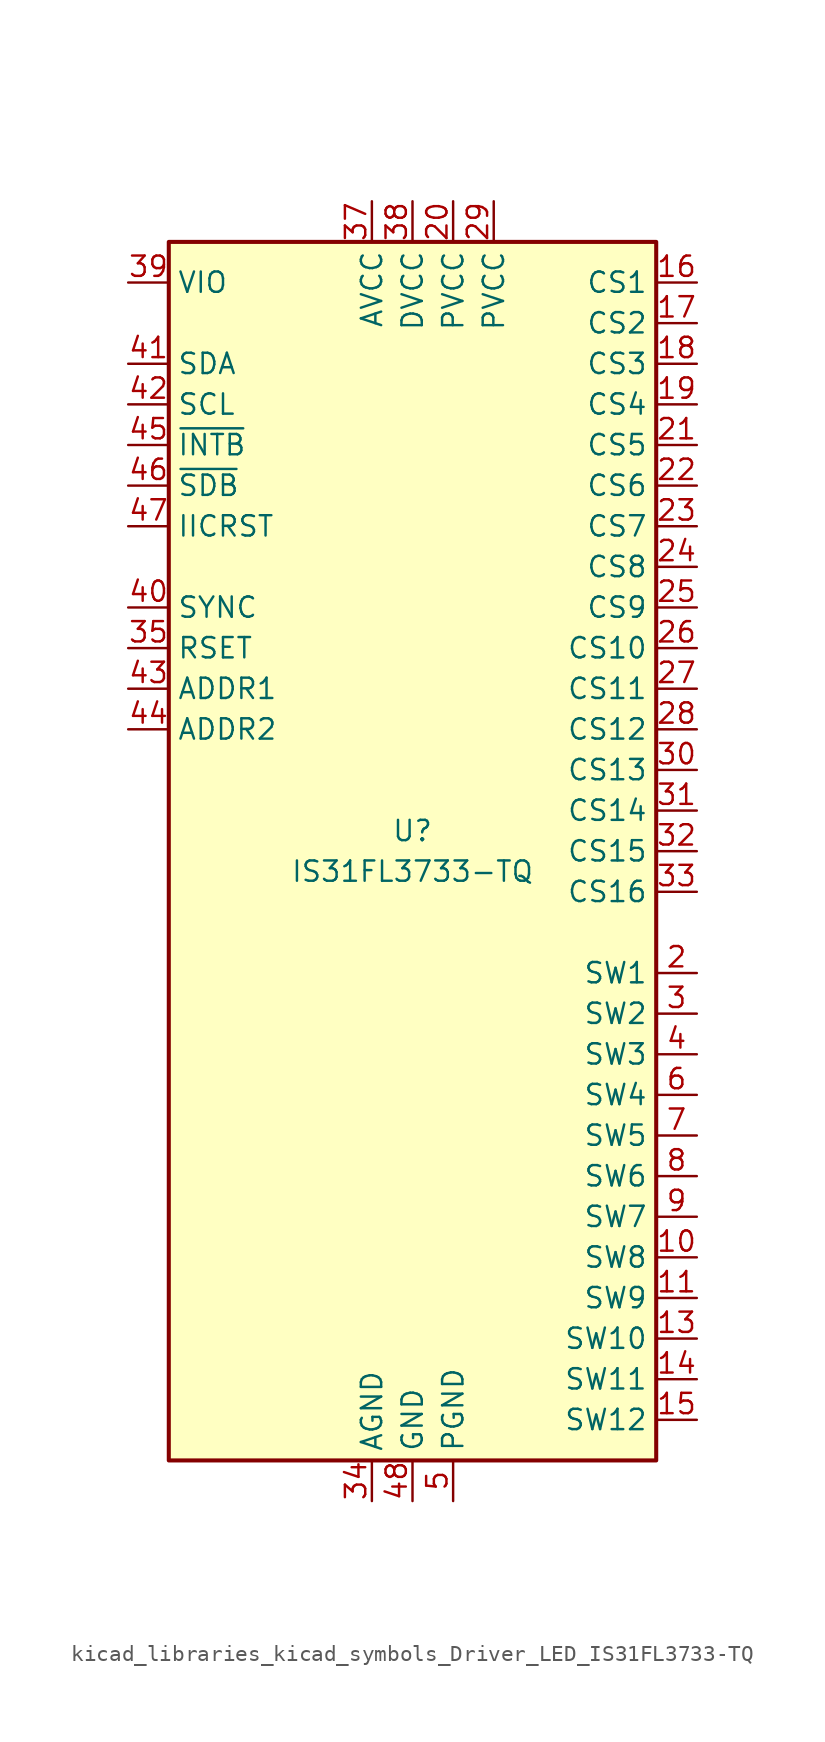
<source format=kicad_sym>
(kicad_symbol_lib
  (version 20220914)
  (generator kicad_symbol_editor)
  (symbol "kicad_libraries_kicad_symbols_Driver_LED_IS31FL3733-TQ"
    (property "Reference" "U"
      (at 0 1.27 0)
      (effects (font (size 1.27 1.27))))
    (property "Value" "IS31FL3733-TQ"
      (at 0 -1.27 0)
      (effects (font (size 1.27 1.27))))
    (symbol "kicad_libraries_kicad_symbols_Driver_LED_IS31FL3733-TQ_0_1"
      (rectangle (start -15.24 38.1) (end 15.24 -38.1) (stroke (width 0.254) (type default)) (fill (type background))))
    (symbol "kicad_libraries_kicad_symbols_Driver_LED_IS31FL3733-TQ_1_1"
      (pin no_connect line (at -15.24 -33.02 0) (length 2.54) hide (name "NC" (effects (font (size 1.27 1.27)))) (number "1" (effects (font (size 1.27 1.27)))))
      (pin input line (at 17.78 -25.4 180) (length 2.54) (name "SW8" (effects (font (size 1.27 1.27)))) (number "10" (effects (font (size 1.27 1.27)))))
      (pin input line (at 17.78 -27.94 180) (length 2.54) (name "SW9" (effects (font (size 1.27 1.27)))) (number "11" (effects (font (size 1.27 1.27)))))
      (pin passive line (at 2.54 -40.64 90) (length 2.54) hide (name "PGND" (effects (font (size 1.27 1.27)))) (number "12" (effects (font (size 1.27 1.27)))))
      (pin input line (at 17.78 -30.48 180) (length 2.54) (name "SW10" (effects (font (size 1.27 1.27)))) (number "13" (effects (font (size 1.27 1.27)))))
      (pin input line (at 17.78 -33.02 180) (length 2.54) (name "SW11" (effects (font (size 1.27 1.27)))) (number "14" (effects (font (size 1.27 1.27)))))
      (pin input line (at 17.78 -35.56 180) (length 2.54) (name "SW12" (effects (font (size 1.27 1.27)))) (number "15" (effects (font (size 1.27 1.27)))))
      (pin output line (at 17.78 35.56 180) (length 2.54) (name "CS1" (effects (font (size 1.27 1.27)))) (number "16" (effects (font (size 1.27 1.27)))))
      (pin output line (at 17.78 33.02 180) (length 2.54) (name "CS2" (effects (font (size 1.27 1.27)))) (number "17" (effects (font (size 1.27 1.27)))))
      (pin output line (at 17.78 30.48 180) (length 2.54) (name "CS3" (effects (font (size 1.27 1.27)))) (number "18" (effects (font (size 1.27 1.27)))))
      (pin output line (at 17.78 27.94 180) (length 2.54) (name "CS4" (effects (font (size 1.27 1.27)))) (number "19" (effects (font (size 1.27 1.27)))))
      (pin input line (at 17.78 -7.62 180) (length 2.54) (name "SW1" (effects (font (size 1.27 1.27)))) (number "2" (effects (font (size 1.27 1.27)))))
      (pin power_in line (at 2.54 40.64 270) (length 2.54) (name "PVCC" (effects (font (size 1.27 1.27)))) (number "20" (effects (font (size 1.27 1.27)))))
      (pin output line (at 17.78 25.4 180) (length 2.54) (name "CS5" (effects (font (size 1.27 1.27)))) (number "21" (effects (font (size 1.27 1.27)))))
      (pin output line (at 17.78 22.86 180) (length 2.54) (name "CS6" (effects (font (size 1.27 1.27)))) (number "22" (effects (font (size 1.27 1.27)))))
      (pin output line (at 17.78 20.32 180) (length 2.54) (name "CS7" (effects (font (size 1.27 1.27)))) (number "23" (effects (font (size 1.27 1.27)))))
      (pin output line (at 17.78 17.78 180) (length 2.54) (name "CS8" (effects (font (size 1.27 1.27)))) (number "24" (effects (font (size 1.27 1.27)))))
      (pin output line (at 17.78 15.24 180) (length 2.54) (name "CS9" (effects (font (size 1.27 1.27)))) (number "25" (effects (font (size 1.27 1.27)))))
      (pin output line (at 17.78 12.7 180) (length 2.54) (name "CS10" (effects (font (size 1.27 1.27)))) (number "26" (effects (font (size 1.27 1.27)))))
      (pin output line (at 17.78 10.16 180) (length 2.54) (name "CS11" (effects (font (size 1.27 1.27)))) (number "27" (effects (font (size 1.27 1.27)))))
      (pin output line (at 17.78 7.62 180) (length 2.54) (name "CS12" (effects (font (size 1.27 1.27)))) (number "28" (effects (font (size 1.27 1.27)))))
      (pin power_in line (at 5.08 40.64 270) (length 2.54) (name "PVCC" (effects (font (size 1.27 1.27)))) (number "29" (effects (font (size 1.27 1.27)))))
      (pin input line (at 17.78 -10.16 180) (length 2.54) (name "SW2" (effects (font (size 1.27 1.27)))) (number "3" (effects (font (size 1.27 1.27)))))
      (pin output line (at 17.78 5.08 180) (length 2.54) (name "CS13" (effects (font (size 1.27 1.27)))) (number "30" (effects (font (size 1.27 1.27)))))
      (pin output line (at 17.78 2.54 180) (length 2.54) (name "CS14" (effects (font (size 1.27 1.27)))) (number "31" (effects (font (size 1.27 1.27)))))
      (pin output line (at 17.78 0 180) (length 2.54) (name "CS15" (effects (font (size 1.27 1.27)))) (number "32" (effects (font (size 1.27 1.27)))))
      (pin output line (at 17.78 -2.54 180) (length 2.54) (name "CS16" (effects (font (size 1.27 1.27)))) (number "33" (effects (font (size 1.27 1.27)))))
      (pin power_in line (at -2.54 -40.64 90) (length 2.54) (name "AGND" (effects (font (size 1.27 1.27)))) (number "34" (effects (font (size 1.27 1.27)))))
      (pin passive line (at -17.78 12.7 0) (length 2.54) (name "RSET" (effects (font (size 1.27 1.27)))) (number "35" (effects (font (size 1.27 1.27)))))
      (pin no_connect line (at -15.24 -35.56 0) (length 2.54) hide (name "NC" (effects (font (size 1.27 1.27)))) (number "36" (effects (font (size 1.27 1.27)))))
      (pin power_in line (at -2.54 40.64 270) (length 2.54) (name "AVCC" (effects (font (size 1.27 1.27)))) (number "37" (effects (font (size 1.27 1.27)))))
      (pin power_in line (at 0 40.64 270) (length 2.54) (name "DVCC" (effects (font (size 1.27 1.27)))) (number "38" (effects (font (size 1.27 1.27)))))
      (pin input line (at -17.78 35.56 0) (length 2.54) (name "VIO" (effects (font (size 1.27 1.27)))) (number "39" (effects (font (size 1.27 1.27)))))
      (pin input line (at 17.78 -12.7 180) (length 2.54) (name "SW3" (effects (font (size 1.27 1.27)))) (number "4" (effects (font (size 1.27 1.27)))))
      (pin input line (at -17.78 15.24 0) (length 2.54) (name "SYNC" (effects (font (size 1.27 1.27)))) (number "40" (effects (font (size 1.27 1.27)))))
      (pin bidirectional line (at -17.78 30.48 0) (length 2.54) (name "SDA" (effects (font (size 1.27 1.27)))) (number "41" (effects (font (size 1.27 1.27)))))
      (pin input line (at -17.78 27.94 0) (length 2.54) (name "SCL" (effects (font (size 1.27 1.27)))) (number "42" (effects (font (size 1.27 1.27)))))
      (pin input line (at -17.78 10.16 0) (length 2.54) (name "ADDR1" (effects (font (size 1.27 1.27)))) (number "43" (effects (font (size 1.27 1.27)))))
      (pin input line (at -17.78 7.62 0) (length 2.54) (name "ADDR2" (effects (font (size 1.27 1.27)))) (number "44" (effects (font (size 1.27 1.27)))))
      (pin open_collector line (at -17.78 25.4 0) (length 2.54) (name "~{INTB}" (effects (font (size 1.27 1.27)))) (number "45" (effects (font (size 1.27 1.27)))))
      (pin input line (at -17.78 22.86 0) (length 2.54) (name "~{SDB}" (effects (font (size 1.27 1.27)))) (number "46" (effects (font (size 1.27 1.27)))))
      (pin input line (at -17.78 20.32 0) (length 2.54) (name "IICRST" (effects (font (size 1.27 1.27)))) (number "47" (effects (font (size 1.27 1.27)))))
      (pin power_in line (at 0 -40.64 90) (length 2.54) (name "GND" (effects (font (size 1.27 1.27)))) (number "48" (effects (font (size 1.27 1.27)))))
      (pin passive line (at 0 -40.64 90) (length 2.54) hide (name "GND" (effects (font (size 1.27 1.27)))) (number "49" (effects (font (size 1.27 1.27)))))
      (pin power_in line (at 2.54 -40.64 90) (length 2.54) (name "PGND" (effects (font (size 1.27 1.27)))) (number "5" (effects (font (size 1.27 1.27)))))
      (pin input line (at 17.78 -15.24 180) (length 2.54) (name "SW4" (effects (font (size 1.27 1.27)))) (number "6" (effects (font (size 1.27 1.27)))))
      (pin input line (at 17.78 -17.78 180) (length 2.54) (name "SW5" (effects (font (size 1.27 1.27)))) (number "7" (effects (font (size 1.27 1.27)))))
      (pin input line (at 17.78 -20.32 180) (length 2.54) (name "SW6" (effects (font (size 1.27 1.27)))) (number "8" (effects (font (size 1.27 1.27)))))
      (pin input line (at 17.78 -22.86 180) (length 2.54) (name "SW7" (effects (font (size 1.27 1.27)))) (number "9" (effects (font (size 1.27 1.27))))))))
</source>
